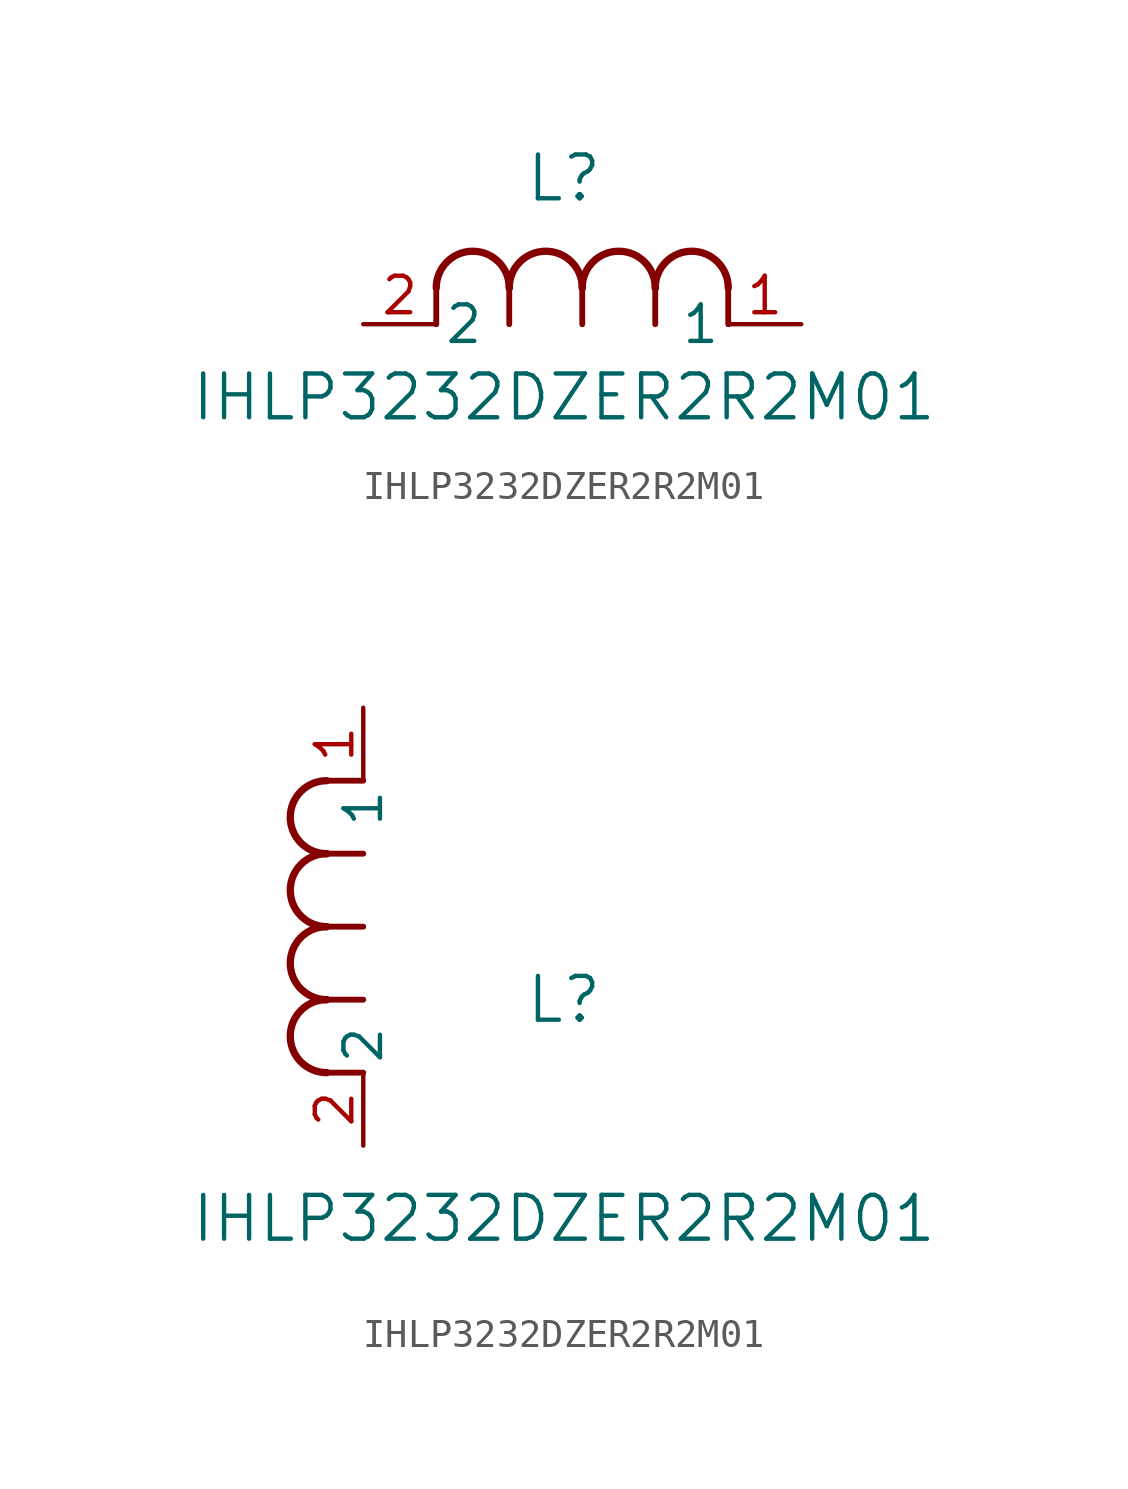
<source format=kicad_sym>
(kicad_symbol_lib
  (version 20211014)
  (generator kicad_symbol_editor)
  (symbol "IHLP3232DZER2R2M01"
    (pin_names
      (offset 0.254))
    (property "Reference" "L"
      (at 6.985 5.08 0)
      (effects (font (size 1.524 1.524))))
    (property "Value" "IHLP3232DZER2R2M01"
      (at 6.985 -2.54 0)
      (effects (font (size 1.524 1.524))))
    (symbol "IHLP3232DZER2R2M01_1_1"
      (arc (start 7.62 1.27) (mid 6.35 2.54) (end 5.08 1.27) (stroke (width 0.254) (type default) (color 0 0 0 0)) (fill (type none)))
      (polyline (pts (xy 5.08 0) (xy 5.08 1.27)) (stroke (width 0.203) (type default) (color 0 0 0 0)) (fill (type none)))
      (polyline (pts (xy 7.62 0) (xy 7.62 1.27)) (stroke (width 0.203) (type default) (color 0 0 0 0)) (fill (type none)))
      (polyline (pts (xy 12.7 0) (xy 12.7 1.27)) (stroke (width 0.203) (type default) (color 0 0 0 0)) (fill (type none)))
      (arc (start 5.08 1.27) (mid 3.81 2.54) (end 2.54 1.27) (stroke (width 0.254) (type default) (color 0 0 0 0)) (fill (type none)))
      (arc (start 10.16 1.27) (mid 8.89 2.54) (end 7.62 1.27) (stroke (width 0.254) (type default) (color 0 0 0 0)) (fill (type none)))
      (arc (start 12.7 1.27) (mid 11.43 2.54) (end 10.16 1.27) (stroke (width 0.254) (type default) (color 0 0 0 0)) (fill (type none)))
      (polyline (pts (xy 2.54 0) (xy 2.54 1.27)) (stroke (width 0.203) (type default) (color 0 0 0 0)) (fill (type none)))
      (polyline (pts (xy 10.16 0) (xy 10.16 1.27)) (stroke (width 0.203) (type default) (color 0 0 0 0)) (fill (type none)))
      (pin unspecified line (at 0 0 0) (length 2.54) (name "2" (effects (font (size 1.27 1.27)))) (number "2" (effects (font (size 1.27 1.27)))))
      (pin unspecified line (at 15.24 0 180) (length 2.54) (name "1" (effects (font (size 1.27 1.27)))) (number "1" (effects (font (size 1.27 1.27))))))
    (symbol "IHLP3232DZER2R2M01_1_2"
      (arc (start -1.27 7.62) (mid -2.54 6.35) (end -1.27 5.08) (stroke (width 0.254) (type default) (color 0 0 0 0)) (fill (type none)))
      (arc (start -1.27 5.08) (mid -2.54 3.81) (end -1.27 2.54) (stroke (width 0.254) (type default) (color 0 0 0 0)) (fill (type none)))
      (arc (start -1.27 12.7) (mid -2.54 11.43) (end -1.27 10.16) (stroke (width 0.254) (type default) (color 0 0 0 0)) (fill (type none)))
      (arc (start -1.27 10.16) (mid -2.54 8.89) (end -1.27 7.62) (stroke (width 0.254) (type default) (color 0 0 0 0)) (fill (type none)))
      (polyline (pts (xy 0 7.62) (xy -1.27 7.62)) (stroke (width 0.203) (type default) (color 0 0 0 0)) (fill (type none)))
      (polyline (pts (xy 0 5.08) (xy -1.27 5.08)) (stroke (width 0.203) (type default) (color 0 0 0 0)) (fill (type none)))
      (polyline (pts (xy 0 12.7) (xy -1.27 12.7)) (stroke (width 0.203) (type default) (color 0 0 0 0)) (fill (type none)))
      (polyline (pts (xy 0 2.54) (xy -1.27 2.54)) (stroke (width 0.203) (type default) (color 0 0 0 0)) (fill (type none)))
      (polyline (pts (xy 0 10.16) (xy -1.27 10.16)) (stroke (width 0.203) (type default) (color 0 0 0 0)) (fill (type none)))
      (pin unspecified line (at 0 0 90) (length 2.54) (name "2" (effects (font (size 1.27 1.27)))) (number "2" (effects (font (size 1.27 1.27)))))
      (pin unspecified line (at 0 15.24 270) (length 2.54) (name "1" (effects (font (size 1.27 1.27)))) (number "1" (effects (font (size 1.27 1.27))))))))
</source>
